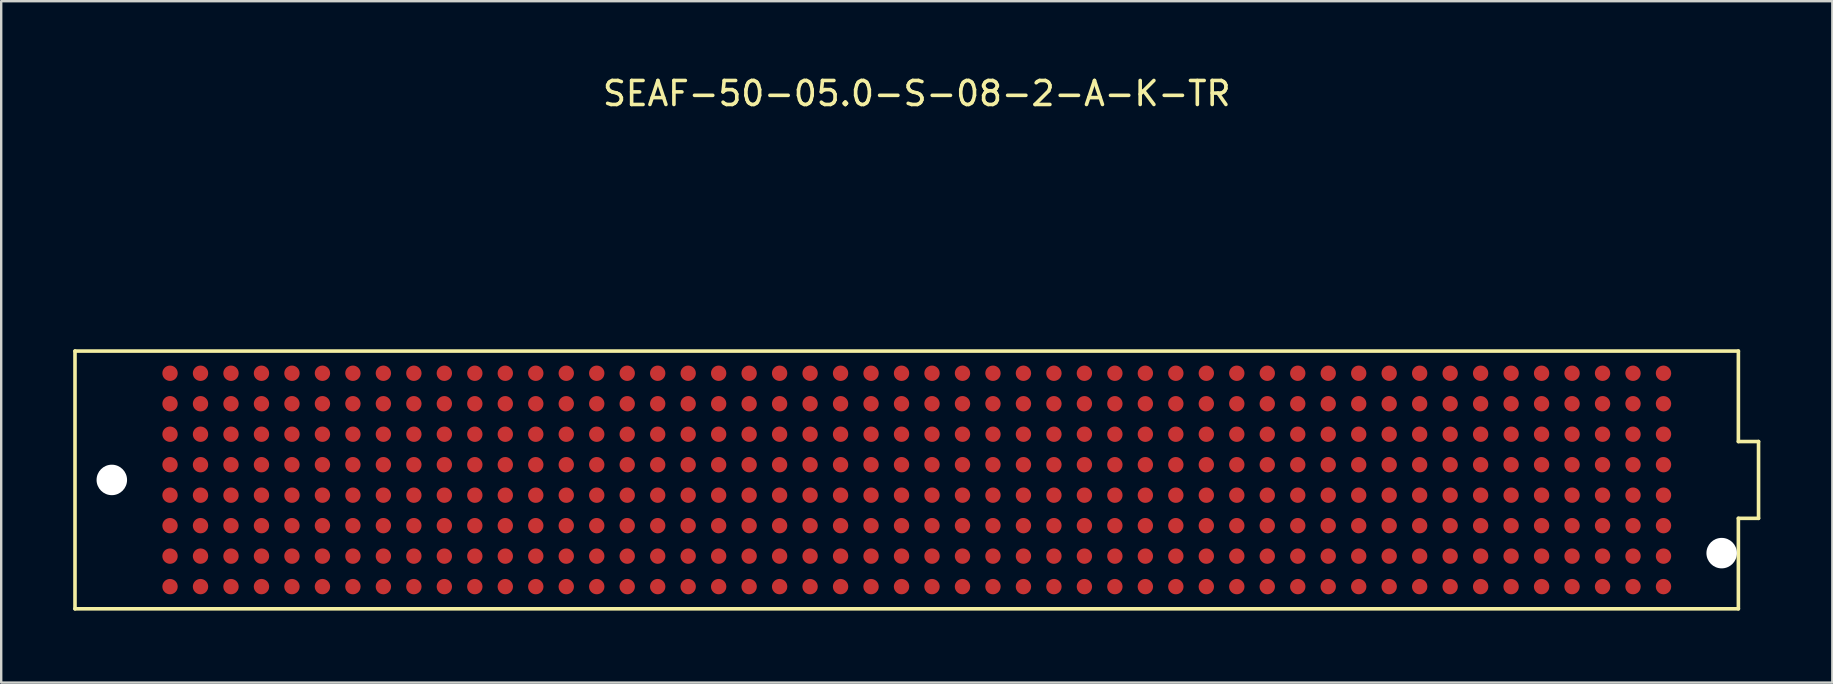
<source format=kicad_pcb>
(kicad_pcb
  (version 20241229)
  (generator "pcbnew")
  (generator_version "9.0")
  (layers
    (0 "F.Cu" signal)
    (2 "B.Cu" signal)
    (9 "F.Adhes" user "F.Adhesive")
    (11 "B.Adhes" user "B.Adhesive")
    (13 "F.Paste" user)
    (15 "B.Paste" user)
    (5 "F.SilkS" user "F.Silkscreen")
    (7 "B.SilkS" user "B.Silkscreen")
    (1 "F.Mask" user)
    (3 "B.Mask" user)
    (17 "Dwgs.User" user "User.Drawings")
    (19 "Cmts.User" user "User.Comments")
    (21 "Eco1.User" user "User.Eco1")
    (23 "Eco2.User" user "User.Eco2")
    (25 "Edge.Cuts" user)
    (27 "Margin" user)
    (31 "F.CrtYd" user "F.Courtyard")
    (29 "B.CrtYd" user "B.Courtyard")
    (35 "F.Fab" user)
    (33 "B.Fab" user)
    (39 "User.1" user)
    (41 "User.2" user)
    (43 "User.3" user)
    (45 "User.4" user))
  (footprint "SEAF-50-05.0-S-08-2-A-K-TR"
    (layer "F.Cu")
    (at 35.15 16.948)
    (property "Reference" "SEAF-50-05.0-S-08-2-A-K-TR" (at 0 -16.1 0) (layer "F.SilkS") (effects (font (size 1 1) (thickness 0.15))))
    (attr through_hole)
    (fp_line (start -35.075 -5.37) (end -35.075 5.37) (stroke (width 0.15) (type solid)) (layer "F.SilkS"))
    (fp_line (start -35.075 5.37) (end 34.235 5.37) (stroke (width 0.15) (type solid)) (layer "F.SilkS"))
    (fp_line (start 34.235 -5.37) (end -35.075 -5.37) (stroke (width 0.15) (type solid)) (layer "F.SilkS"))
    (fp_line (start 34.235 -1.6) (end 34.235 -5.37) (stroke (width 0.15) (type solid)) (layer "F.SilkS"))
    (fp_line (start 34.235 1.6) (end 35.075 1.6) (stroke (width 0.15) (type solid)) (layer "F.SilkS"))
    (fp_line (start 34.235 5.37) (end 34.235 1.6) (stroke (width 0.15) (type solid)) (layer "F.SilkS"))
    (fp_line (start 35.075 -1.6) (end 34.235 -1.6) (stroke (width 0.15) (type solid)) (layer "F.SilkS"))
    (fp_line (start 35.075 1.6) (end 35.075 -1.6) (stroke (width 0.15) (type solid)) (layer "F.SilkS"))
    (pad "" np_thru_hole circle (at -33.541 0) (size 1.27 1.27) (drill 1.27) (layers "*.Cu" "*.Mask"))
    (pad "" np_thru_hole circle (at 33.539 3.05) (size 1.27 1.27) (drill 1.27) (layers "*.Cu" "*.Mask"))
    (pad "A1" smd circle (at 31.115 4.445) (size 0.64 0.64) (layers "F.Cu" "F.Mask" "F.Paste"))
    (pad "A2" smd circle (at 29.845 4.445) (size 0.64 0.64) (layers "F.Cu" "F.Mask" "F.Paste"))
    (pad "A3" smd circle (at 28.575 4.445) (size 0.64 0.64) (layers "F.Cu" "F.Mask" "F.Paste"))
    (pad "A4" smd circle (at 27.305 4.445) (size 0.64 0.64) (layers "F.Cu" "F.Mask" "F.Paste"))
    (pad "A5" smd circle (at 26.035 4.445) (size 0.64 0.64) (layers "F.Cu" "F.Mask" "F.Paste"))
    (pad "A6" smd circle (at 24.765 4.445) (size 0.64 0.64) (layers "F.Cu" "F.Mask" "F.Paste"))
    (pad "A7" smd circle (at 23.495 4.445) (size 0.64 0.64) (layers "F.Cu" "F.Mask" "F.Paste"))
    (pad "A8" smd circle (at 22.225 4.445) (size 0.64 0.64) (layers "F.Cu" "F.Mask" "F.Paste"))
    (pad "A9" smd circle (at 20.955 4.445) (size 0.64 0.64) (layers "F.Cu" "F.Mask" "F.Paste"))
    (pad "A10" smd circle (at 19.685 4.445) (size 0.64 0.64) (layers "F.Cu" "F.Mask" "F.Paste"))
    (pad "A11" smd circle (at 18.415 4.445) (size 0.64 0.64) (layers "F.Cu" "F.Mask" "F.Paste"))
    (pad "A12" smd circle (at 17.145 4.445) (size 0.64 0.64) (layers "F.Cu" "F.Mask" "F.Paste"))
    (pad "A13" smd circle (at 15.875 4.445) (size 0.64 0.64) (layers "F.Cu" "F.Mask" "F.Paste"))
    (pad "A14" smd circle (at 14.605 4.445) (size 0.64 0.64) (layers "F.Cu" "F.Mask" "F.Paste"))
    (pad "A15" smd circle (at 13.335 4.445) (size 0.64 0.64) (layers "F.Cu" "F.Mask" "F.Paste"))
    (pad "A16" smd circle (at 12.065 4.445) (size 0.64 0.64) (layers "F.Cu" "F.Mask" "F.Paste"))
    (pad "A17" smd circle (at 10.795 4.445) (size 0.64 0.64) (layers "F.Cu" "F.Mask" "F.Paste"))
    (pad "A18" smd circle (at 9.525 4.445) (size 0.64 0.64) (layers "F.Cu" "F.Mask" "F.Paste"))
    (pad "A19" smd circle (at 8.255 4.445) (size 0.64 0.64) (layers "F.Cu" "F.Mask" "F.Paste"))
    (pad "A20" smd circle (at 6.985 4.445) (size 0.64 0.64) (layers "F.Cu" "F.Mask" "F.Paste"))
    (pad "A21" smd circle (at 5.715 4.445) (size 0.64 0.64) (layers "F.Cu" "F.Mask" "F.Paste"))
    (pad "A22" smd circle (at 4.445 4.445) (size 0.64 0.64) (layers "F.Cu" "F.Mask" "F.Paste"))
    (pad "A23" smd circle (at 3.175 4.445) (size 0.64 0.64) (layers "F.Cu" "F.Mask" "F.Paste"))
    (pad "A24" smd circle (at 1.905 4.445) (size 0.64 0.64) (layers "F.Cu" "F.Mask" "F.Paste"))
    (pad "A25" smd circle (at 0.635 4.445) (size 0.64 0.64) (layers "F.Cu" "F.Mask" "F.Paste"))
    (pad "A26" smd circle (at -0.635 4.445) (size 0.64 0.64) (layers "F.Cu" "F.Mask" "F.Paste"))
    (pad "A27" smd circle (at -1.905 4.445) (size 0.64 0.64) (layers "F.Cu" "F.Mask" "F.Paste"))
    (pad "A28" smd circle (at -3.175 4.445) (size 0.64 0.64) (layers "F.Cu" "F.Mask" "F.Paste"))
    (pad "A29" smd circle (at -4.445 4.445) (size 0.64 0.64) (layers "F.Cu" "F.Mask" "F.Paste"))
    (pad "A30" smd circle (at -5.715 4.445) (size 0.64 0.64) (layers "F.Cu" "F.Mask" "F.Paste"))
    (pad "A31" smd circle (at -6.985 4.445) (size 0.64 0.64) (layers "F.Cu" "F.Mask" "F.Paste"))
    (pad "A32" smd circle (at -8.255 4.445) (size 0.64 0.64) (layers "F.Cu" "F.Mask" "F.Paste"))
    (pad "A33" smd circle (at -9.525 4.445) (size 0.64 0.64) (layers "F.Cu" "F.Mask" "F.Paste"))
    (pad "A34" smd circle (at -10.795 4.445) (size 0.64 0.64) (layers "F.Cu" "F.Mask" "F.Paste"))
    (pad "A35" smd circle (at -12.065 4.445) (size 0.64 0.64) (layers "F.Cu" "F.Mask" "F.Paste"))
    (pad "A36" smd circle (at -13.335 4.445) (size 0.64 0.64) (layers "F.Cu" "F.Mask" "F.Paste"))
    (pad "A37" smd circle (at -14.605 4.445) (size 0.64 0.64) (layers "F.Cu" "F.Mask" "F.Paste"))
    (pad "A38" smd circle (at -15.875 4.445) (size 0.64 0.64) (layers "F.Cu" "F.Mask" "F.Paste"))
    (pad "A39" smd circle (at -17.145 4.445) (size 0.64 0.64) (layers "F.Cu" "F.Mask" "F.Paste"))
    (pad "A40" smd circle (at -18.415 4.445) (size 0.64 0.64) (layers "F.Cu" "F.Mask" "F.Paste"))
    (pad "A41" smd circle (at -19.685 4.445) (size 0.64 0.64) (layers "F.Cu" "F.Mask" "F.Paste"))
    (pad "A42" smd circle (at -20.955 4.445) (size 0.64 0.64) (layers "F.Cu" "F.Mask" "F.Paste"))
    (pad "A43" smd circle (at -22.225 4.445) (size 0.64 0.64) (layers "F.Cu" "F.Mask" "F.Paste"))
    (pad "A44" smd circle (at -23.495 4.445) (size 0.64 0.64) (layers "F.Cu" "F.Mask" "F.Paste"))
    (pad "A45" smd circle (at -24.765 4.445) (size 0.64 0.64) (layers "F.Cu" "F.Mask" "F.Paste"))
    (pad "A46" smd circle (at -26.035 4.445) (size 0.64 0.64) (layers "F.Cu" "F.Mask" "F.Paste"))
    (pad "A47" smd circle (at -27.305 4.445) (size 0.64 0.64) (layers "F.Cu" "F.Mask" "F.Paste"))
    (pad "A48" smd circle (at -28.575 4.445) (size 0.64 0.64) (layers "F.Cu" "F.Mask" "F.Paste"))
    (pad "A49" smd circle (at -29.845 4.445) (size 0.64 0.64) (layers "F.Cu" "F.Mask" "F.Paste"))
    (pad "A50" smd circle (at -31.115 4.445) (size 0.64 0.64) (layers "F.Cu" "F.Mask" "F.Paste"))
    (pad "B1" smd circle (at 31.115 3.175) (size 0.64 0.64) (layers "F.Cu" "F.Mask" "F.Paste"))
    (pad "B2" smd circle (at 29.845 3.175) (size 0.64 0.64) (layers "F.Cu" "F.Mask" "F.Paste"))
    (pad "B3" smd circle (at 28.575 3.175) (size 0.64 0.64) (layers "F.Cu" "F.Mask" "F.Paste"))
    (pad "B4" smd circle (at 27.305 3.175) (size 0.64 0.64) (layers "F.Cu" "F.Mask" "F.Paste"))
    (pad "B5" smd circle (at 26.035 3.175) (size 0.64 0.64) (layers "F.Cu" "F.Mask" "F.Paste"))
    (pad "B6" smd circle (at 24.765 3.175) (size 0.64 0.64) (layers "F.Cu" "F.Mask" "F.Paste"))
    (pad "B7" smd circle (at 23.495 3.175) (size 0.64 0.64) (layers "F.Cu" "F.Mask" "F.Paste"))
    (pad "B8" smd circle (at 22.225 3.175) (size 0.64 0.64) (layers "F.Cu" "F.Mask" "F.Paste"))
    (pad "B9" smd circle (at 20.955 3.175) (size 0.64 0.64) (layers "F.Cu" "F.Mask" "F.Paste"))
    (pad "B10" smd circle (at 19.685 3.175) (size 0.64 0.64) (layers "F.Cu" "F.Mask" "F.Paste"))
    (pad "B11" smd circle (at 18.415 3.175) (size 0.64 0.64) (layers "F.Cu" "F.Mask" "F.Paste"))
    (pad "B12" smd circle (at 17.145 3.175) (size 0.64 0.64) (layers "F.Cu" "F.Mask" "F.Paste"))
    (pad "B13" smd circle (at 15.875 3.175) (size 0.64 0.64) (layers "F.Cu" "F.Mask" "F.Paste"))
    (pad "B14" smd circle (at 14.605 3.175) (size 0.64 0.64) (layers "F.Cu" "F.Mask" "F.Paste"))
    (pad "B15" smd circle (at 13.335 3.175) (size 0.64 0.64) (layers "F.Cu" "F.Mask" "F.Paste"))
    (pad "B16" smd circle (at 12.065 3.175) (size 0.64 0.64) (layers "F.Cu" "F.Mask" "F.Paste"))
    (pad "B17" smd circle (at 10.795 3.175) (size 0.64 0.64) (layers "F.Cu" "F.Mask" "F.Paste"))
    (pad "B18" smd circle (at 9.525 3.175) (size 0.64 0.64) (layers "F.Cu" "F.Mask" "F.Paste"))
    (pad "B19" smd circle (at 8.255 3.175) (size 0.64 0.64) (layers "F.Cu" "F.Mask" "F.Paste"))
    (pad "B20" smd circle (at 6.985 3.175) (size 0.64 0.64) (layers "F.Cu" "F.Mask" "F.Paste"))
    (pad "B21" smd circle (at 5.715 3.175) (size 0.64 0.64) (layers "F.Cu" "F.Mask" "F.Paste"))
    (pad "B22" smd circle (at 4.445 3.175) (size 0.64 0.64) (layers "F.Cu" "F.Mask" "F.Paste"))
    (pad "B23" smd circle (at 3.175 3.175) (size 0.64 0.64) (layers "F.Cu" "F.Mask" "F.Paste"))
    (pad "B24" smd circle (at 1.905 3.175) (size 0.64 0.64) (layers "F.Cu" "F.Mask" "F.Paste"))
    (pad "B25" smd circle (at 0.635 3.175) (size 0.64 0.64) (layers "F.Cu" "F.Mask" "F.Paste"))
    (pad "B26" smd circle (at -0.635 3.175) (size 0.64 0.64) (layers "F.Cu" "F.Mask" "F.Paste"))
    (pad "B27" smd circle (at -1.905 3.175) (size 0.64 0.64) (layers "F.Cu" "F.Mask" "F.Paste"))
    (pad "B28" smd circle (at -3.175 3.175) (size 0.64 0.64) (layers "F.Cu" "F.Mask" "F.Paste"))
    (pad "B29" smd circle (at -4.445 3.175) (size 0.64 0.64) (layers "F.Cu" "F.Mask" "F.Paste"))
    (pad "B30" smd circle (at -5.715 3.175) (size 0.64 0.64) (layers "F.Cu" "F.Mask" "F.Paste"))
    (pad "B31" smd circle (at -6.985 3.175) (size 0.64 0.64) (layers "F.Cu" "F.Mask" "F.Paste"))
    (pad "B32" smd circle (at -8.255 3.175) (size 0.64 0.64) (layers "F.Cu" "F.Mask" "F.Paste"))
    (pad "B33" smd circle (at -9.525 3.175) (size 0.64 0.64) (layers "F.Cu" "F.Mask" "F.Paste"))
    (pad "B34" smd circle (at -10.795 3.175) (size 0.64 0.64) (layers "F.Cu" "F.Mask" "F.Paste"))
    (pad "B35" smd circle (at -12.065 3.175) (size 0.64 0.64) (layers "F.Cu" "F.Mask" "F.Paste"))
    (pad "B36" smd circle (at -13.335 3.175) (size 0.64 0.64) (layers "F.Cu" "F.Mask" "F.Paste"))
    (pad "B37" smd circle (at -14.605 3.175) (size 0.64 0.64) (layers "F.Cu" "F.Mask" "F.Paste"))
    (pad "B38" smd circle (at -15.875 3.175) (size 0.64 0.64) (layers "F.Cu" "F.Mask" "F.Paste"))
    (pad "B39" smd circle (at -17.145 3.175) (size 0.64 0.64) (layers "F.Cu" "F.Mask" "F.Paste"))
    (pad "B40" smd circle (at -18.415 3.175) (size 0.64 0.64) (layers "F.Cu" "F.Mask" "F.Paste"))
    (pad "B41" smd circle (at -19.685 3.175) (size 0.64 0.64) (layers "F.Cu" "F.Mask" "F.Paste"))
    (pad "B42" smd circle (at -20.955 3.175) (size 0.64 0.64) (layers "F.Cu" "F.Mask" "F.Paste"))
    (pad "B43" smd circle (at -22.225 3.175) (size 0.64 0.64) (layers "F.Cu" "F.Mask" "F.Paste"))
    (pad "B44" smd circle (at -23.495 3.175) (size 0.64 0.64) (layers "F.Cu" "F.Mask" "F.Paste"))
    (pad "B45" smd circle (at -24.765 3.175) (size 0.64 0.64) (layers "F.Cu" "F.Mask" "F.Paste"))
    (pad "B46" smd circle (at -26.035 3.175) (size 0.64 0.64) (layers "F.Cu" "F.Mask" "F.Paste"))
    (pad "B47" smd circle (at -27.305 3.175) (size 0.64 0.64) (layers "F.Cu" "F.Mask" "F.Paste"))
    (pad "B48" smd circle (at -28.575 3.175) (size 0.64 0.64) (layers "F.Cu" "F.Mask" "F.Paste"))
    (pad "B49" smd circle (at -29.845 3.175) (size 0.64 0.64) (layers "F.Cu" "F.Mask" "F.Paste"))
    (pad "B50" smd circle (at -31.115 3.175) (size 0.64 0.64) (layers "F.Cu" "F.Mask" "F.Paste"))
    (pad "C1" smd circle (at 31.115 1.905) (size 0.64 0.64) (layers "F.Cu" "F.Mask" "F.Paste"))
    (pad "C2" smd circle (at 29.845 1.905) (size 0.64 0.64) (layers "F.Cu" "F.Mask" "F.Paste"))
    (pad "C3" smd circle (at 28.575 1.905) (size 0.64 0.64) (layers "F.Cu" "F.Mask" "F.Paste"))
    (pad "C4" smd circle (at 27.305 1.905) (size 0.64 0.64) (layers "F.Cu" "F.Mask" "F.Paste"))
    (pad "C5" smd circle (at 26.035 1.905) (size 0.64 0.64) (layers "F.Cu" "F.Mask" "F.Paste"))
    (pad "C6" smd circle (at 24.765 1.905) (size 0.64 0.64) (layers "F.Cu" "F.Mask" "F.Paste"))
    (pad "C7" smd circle (at 23.495 1.905) (size 0.64 0.64) (layers "F.Cu" "F.Mask" "F.Paste"))
    (pad "C8" smd circle (at 22.225 1.905) (size 0.64 0.64) (layers "F.Cu" "F.Mask" "F.Paste"))
    (pad "C9" smd circle (at 20.955 1.905) (size 0.64 0.64) (layers "F.Cu" "F.Mask" "F.Paste"))
    (pad "C10" smd circle (at 19.685 1.905) (size 0.64 0.64) (layers "F.Cu" "F.Mask" "F.Paste"))
    (pad "C11" smd circle (at 18.415 1.905) (size 0.64 0.64) (layers "F.Cu" "F.Mask" "F.Paste"))
    (pad "C12" smd circle (at 17.145 1.905) (size 0.64 0.64) (layers "F.Cu" "F.Mask" "F.Paste"))
    (pad "C13" smd circle (at 15.875 1.905) (size 0.64 0.64) (layers "F.Cu" "F.Mask" "F.Paste"))
    (pad "C14" smd circle (at 14.605 1.905) (size 0.64 0.64) (layers "F.Cu" "F.Mask" "F.Paste"))
    (pad "C15" smd circle (at 13.335 1.905) (size 0.64 0.64) (layers "F.Cu" "F.Mask" "F.Paste"))
    (pad "C16" smd circle (at 12.065 1.905) (size 0.64 0.64) (layers "F.Cu" "F.Mask" "F.Paste"))
    (pad "C17" smd circle (at 10.795 1.905) (size 0.64 0.64) (layers "F.Cu" "F.Mask" "F.Paste"))
    (pad "C18" smd circle (at 9.525 1.905) (size 0.64 0.64) (layers "F.Cu" "F.Mask" "F.Paste"))
    (pad "C19" smd circle (at 8.255 1.905) (size 0.64 0.64) (layers "F.Cu" "F.Mask" "F.Paste"))
    (pad "C20" smd circle (at 6.985 1.905) (size 0.64 0.64) (layers "F.Cu" "F.Mask" "F.Paste"))
    (pad "C21" smd circle (at 5.715 1.905) (size 0.64 0.64) (layers "F.Cu" "F.Mask" "F.Paste"))
    (pad "C22" smd circle (at 4.445 1.905) (size 0.64 0.64) (layers "F.Cu" "F.Mask" "F.Paste"))
    (pad "C23" smd circle (at 3.175 1.905) (size 0.64 0.64) (layers "F.Cu" "F.Mask" "F.Paste"))
    (pad "C24" smd circle (at 1.905 1.905) (size 0.64 0.64) (layers "F.Cu" "F.Mask" "F.Paste"))
    (pad "C25" smd circle (at 0.635 1.905) (size 0.64 0.64) (layers "F.Cu" "F.Mask" "F.Paste"))
    (pad "C26" smd circle (at -0.635 1.905) (size 0.64 0.64) (layers "F.Cu" "F.Mask" "F.Paste"))
    (pad "C27" smd circle (at -1.905 1.905) (size 0.64 0.64) (layers "F.Cu" "F.Mask" "F.Paste"))
    (pad "C28" smd circle (at -3.175 1.905) (size 0.64 0.64) (layers "F.Cu" "F.Mask" "F.Paste"))
    (pad "C29" smd circle (at -4.445 1.905) (size 0.64 0.64) (layers "F.Cu" "F.Mask" "F.Paste"))
    (pad "C30" smd circle (at -5.715 1.905) (size 0.64 0.64) (layers "F.Cu" "F.Mask" "F.Paste"))
    (pad "C31" smd circle (at -6.985 1.905) (size 0.64 0.64) (layers "F.Cu" "F.Mask" "F.Paste"))
    (pad "C32" smd circle (at -8.255 1.905) (size 0.64 0.64) (layers "F.Cu" "F.Mask" "F.Paste"))
    (pad "C33" smd circle (at -9.525 1.905) (size 0.64 0.64) (layers "F.Cu" "F.Mask" "F.Paste"))
    (pad "C34" smd circle (at -10.795 1.905) (size 0.64 0.64) (layers "F.Cu" "F.Mask" "F.Paste"))
    (pad "C35" smd circle (at -12.065 1.905) (size 0.64 0.64) (layers "F.Cu" "F.Mask" "F.Paste"))
    (pad "C36" smd circle (at -13.335 1.905) (size 0.64 0.64) (layers "F.Cu" "F.Mask" "F.Paste"))
    (pad "C37" smd circle (at -14.605 1.905) (size 0.64 0.64) (layers "F.Cu" "F.Mask" "F.Paste"))
    (pad "C38" smd circle (at -15.875 1.905) (size 0.64 0.64) (layers "F.Cu" "F.Mask" "F.Paste"))
    (pad "C39" smd circle (at -17.145 1.905) (size 0.64 0.64) (layers "F.Cu" "F.Mask" "F.Paste"))
    (pad "C40" smd circle (at -18.415 1.905) (size 0.64 0.64) (layers "F.Cu" "F.Mask" "F.Paste"))
    (pad "C41" smd circle (at -19.685 1.905) (size 0.64 0.64) (layers "F.Cu" "F.Mask" "F.Paste"))
    (pad "C42" smd circle (at -20.955 1.905) (size 0.64 0.64) (layers "F.Cu" "F.Mask" "F.Paste"))
    (pad "C43" smd circle (at -22.225 1.905) (size 0.64 0.64) (layers "F.Cu" "F.Mask" "F.Paste"))
    (pad "C44" smd circle (at -23.495 1.905) (size 0.64 0.64) (layers "F.Cu" "F.Mask" "F.Paste"))
    (pad "C45" smd circle (at -24.765 1.905) (size 0.64 0.64) (layers "F.Cu" "F.Mask" "F.Paste"))
    (pad "C46" smd circle (at -26.035 1.905) (size 0.64 0.64) (layers "F.Cu" "F.Mask" "F.Paste"))
    (pad "C47" smd circle (at -27.305 1.905) (size 0.64 0.64) (layers "F.Cu" "F.Mask" "F.Paste"))
    (pad "C48" smd circle (at -28.575 1.905) (size 0.64 0.64) (layers "F.Cu" "F.Mask" "F.Paste"))
    (pad "C49" smd circle (at -29.845 1.905) (size 0.64 0.64) (layers "F.Cu" "F.Mask" "F.Paste"))
    (pad "C50" smd circle (at -31.115 1.905) (size 0.64 0.64) (layers "F.Cu" "F.Mask" "F.Paste"))
    (pad "D1" smd circle (at 31.115 0.635) (size 0.64 0.64) (layers "F.Cu" "F.Mask" "F.Paste"))
    (pad "D2" smd circle (at 29.845 0.635) (size 0.64 0.64) (layers "F.Cu" "F.Mask" "F.Paste"))
    (pad "D3" smd circle (at 28.575 0.635) (size 0.64 0.64) (layers "F.Cu" "F.Mask" "F.Paste"))
    (pad "D4" smd circle (at 27.305 0.635) (size 0.64 0.64) (layers "F.Cu" "F.Mask" "F.Paste"))
    (pad "D5" smd circle (at 26.035 0.635) (size 0.64 0.64) (layers "F.Cu" "F.Mask" "F.Paste"))
    (pad "D6" smd circle (at 24.765 0.635) (size 0.64 0.64) (layers "F.Cu" "F.Mask" "F.Paste"))
    (pad "D7" smd circle (at 23.495 0.635) (size 0.64 0.64) (layers "F.Cu" "F.Mask" "F.Paste"))
    (pad "D8" smd circle (at 22.225 0.635) (size 0.64 0.64) (layers "F.Cu" "F.Mask" "F.Paste"))
    (pad "D9" smd circle (at 20.955 0.635) (size 0.64 0.64) (layers "F.Cu" "F.Mask" "F.Paste"))
    (pad "D10" smd circle (at 19.685 0.635) (size 0.64 0.64) (layers "F.Cu" "F.Mask" "F.Paste"))
    (pad "D11" smd circle (at 18.415 0.635) (size 0.64 0.64) (layers "F.Cu" "F.Mask" "F.Paste"))
    (pad "D12" smd circle (at 17.145 0.635) (size 0.64 0.64) (layers "F.Cu" "F.Mask" "F.Paste"))
    (pad "D13" smd circle (at 15.875 0.635) (size 0.64 0.64) (layers "F.Cu" "F.Mask" "F.Paste"))
    (pad "D14" smd circle (at 14.605 0.635) (size 0.64 0.64) (layers "F.Cu" "F.Mask" "F.Paste"))
    (pad "D15" smd circle (at 13.335 0.635) (size 0.64 0.64) (layers "F.Cu" "F.Mask" "F.Paste"))
    (pad "D16" smd circle (at 12.065 0.635) (size 0.64 0.64) (layers "F.Cu" "F.Mask" "F.Paste"))
    (pad "D17" smd circle (at 10.795 0.635) (size 0.64 0.64) (layers "F.Cu" "F.Mask" "F.Paste"))
    (pad "D18" smd circle (at 9.525 0.635) (size 0.64 0.64) (layers "F.Cu" "F.Mask" "F.Paste"))
    (pad "D19" smd circle (at 8.255 0.635) (size 0.64 0.64) (layers "F.Cu" "F.Mask" "F.Paste"))
    (pad "D20" smd circle (at 6.985 0.635) (size 0.64 0.64) (layers "F.Cu" "F.Mask" "F.Paste"))
    (pad "D21" smd circle (at 5.715 0.635) (size 0.64 0.64) (layers "F.Cu" "F.Mask" "F.Paste"))
    (pad "D22" smd circle (at 4.445 0.635) (size 0.64 0.64) (layers "F.Cu" "F.Mask" "F.Paste"))
    (pad "D23" smd circle (at 3.175 0.635) (size 0.64 0.64) (layers "F.Cu" "F.Mask" "F.Paste"))
    (pad "D24" smd circle (at 1.905 0.635) (size 0.64 0.64) (layers "F.Cu" "F.Mask" "F.Paste"))
    (pad "D25" smd circle (at 0.635 0.635) (size 0.64 0.64) (layers "F.Cu" "F.Mask" "F.Paste"))
    (pad "D26" smd circle (at -0.635 0.635) (size 0.64 0.64) (layers "F.Cu" "F.Mask" "F.Paste"))
    (pad "D27" smd circle (at -1.905 0.635) (size 0.64 0.64) (layers "F.Cu" "F.Mask" "F.Paste"))
    (pad "D28" smd circle (at -3.175 0.635) (size 0.64 0.64) (layers "F.Cu" "F.Mask" "F.Paste"))
    (pad "D29" smd circle (at -4.445 0.635) (size 0.64 0.64) (layers "F.Cu" "F.Mask" "F.Paste"))
    (pad "D30" smd circle (at -5.715 0.635) (size 0.64 0.64) (layers "F.Cu" "F.Mask" "F.Paste"))
    (pad "D31" smd circle (at -6.985 0.635) (size 0.64 0.64) (layers "F.Cu" "F.Mask" "F.Paste"))
    (pad "D32" smd circle (at -8.255 0.635) (size 0.64 0.64) (layers "F.Cu" "F.Mask" "F.Paste"))
    (pad "D33" smd circle (at -9.525 0.635) (size 0.64 0.64) (layers "F.Cu" "F.Mask" "F.Paste"))
    (pad "D34" smd circle (at -10.795 0.635) (size 0.64 0.64) (layers "F.Cu" "F.Mask" "F.Paste"))
    (pad "D35" smd circle (at -12.065 0.635) (size 0.64 0.64) (layers "F.Cu" "F.Mask" "F.Paste"))
    (pad "D36" smd circle (at -13.335 0.635) (size 0.64 0.64) (layers "F.Cu" "F.Mask" "F.Paste"))
    (pad "D37" smd circle (at -14.605 0.635) (size 0.64 0.64) (layers "F.Cu" "F.Mask" "F.Paste"))
    (pad "D38" smd circle (at -15.875 0.635) (size 0.64 0.64) (layers "F.Cu" "F.Mask" "F.Paste"))
    (pad "D39" smd circle (at -17.145 0.635) (size 0.64 0.64) (layers "F.Cu" "F.Mask" "F.Paste"))
    (pad "D40" smd circle (at -18.415 0.635) (size 0.64 0.64) (layers "F.Cu" "F.Mask" "F.Paste"))
    (pad "D41" smd circle (at -19.685 0.635) (size 0.64 0.64) (layers "F.Cu" "F.Mask" "F.Paste"))
    (pad "D42" smd circle (at -20.955 0.635) (size 0.64 0.64) (layers "F.Cu" "F.Mask" "F.Paste"))
    (pad "D43" smd circle (at -22.225 0.635) (size 0.64 0.64) (layers "F.Cu" "F.Mask" "F.Paste"))
    (pad "D44" smd circle (at -23.495 0.635) (size 0.64 0.64) (layers "F.Cu" "F.Mask" "F.Paste"))
    (pad "D45" smd circle (at -24.765 0.635) (size 0.64 0.64) (layers "F.Cu" "F.Mask" "F.Paste"))
    (pad "D46" smd circle (at -26.035 0.635) (size 0.64 0.64) (layers "F.Cu" "F.Mask" "F.Paste"))
    (pad "D47" smd circle (at -27.305 0.635) (size 0.64 0.64) (layers "F.Cu" "F.Mask" "F.Paste"))
    (pad "D48" smd circle (at -28.575 0.635) (size 0.64 0.64) (layers "F.Cu" "F.Mask" "F.Paste"))
    (pad "D49" smd circle (at -29.845 0.635) (size 0.64 0.64) (layers "F.Cu" "F.Mask" "F.Paste"))
    (pad "D50" smd circle (at -31.115 0.635) (size 0.64 0.64) (layers "F.Cu" "F.Mask" "F.Paste"))
    (pad "E1" smd circle (at 31.115 -0.635) (size 0.64 0.64) (layers "F.Cu" "F.Mask" "F.Paste"))
    (pad "E2" smd circle (at 29.845 -0.635) (size 0.64 0.64) (layers "F.Cu" "F.Mask" "F.Paste"))
    (pad "E3" smd circle (at 28.575 -0.635) (size 0.64 0.64) (layers "F.Cu" "F.Mask" "F.Paste"))
    (pad "E4" smd circle (at 27.305 -0.635) (size 0.64 0.64) (layers "F.Cu" "F.Mask" "F.Paste"))
    (pad "E5" smd circle (at 26.035 -0.635) (size 0.64 0.64) (layers "F.Cu" "F.Mask" "F.Paste"))
    (pad "E6" smd circle (at 24.765 -0.635) (size 0.64 0.64) (layers "F.Cu" "F.Mask" "F.Paste"))
    (pad "E7" smd circle (at 23.495 -0.635) (size 0.64 0.64) (layers "F.Cu" "F.Mask" "F.Paste"))
    (pad "E8" smd circle (at 22.225 -0.635) (size 0.64 0.64) (layers "F.Cu" "F.Mask" "F.Paste"))
    (pad "E9" smd circle (at 20.955 -0.635) (size 0.64 0.64) (layers "F.Cu" "F.Mask" "F.Paste"))
    (pad "E10" smd circle (at 19.685 -0.635) (size 0.64 0.64) (layers "F.Cu" "F.Mask" "F.Paste"))
    (pad "E11" smd circle (at 18.415 -0.635) (size 0.64 0.64) (layers "F.Cu" "F.Mask" "F.Paste"))
    (pad "E12" smd circle (at 17.145 -0.635) (size 0.64 0.64) (layers "F.Cu" "F.Mask" "F.Paste"))
    (pad "E13" smd circle (at 15.875 -0.635) (size 0.64 0.64) (layers "F.Cu" "F.Mask" "F.Paste"))
    (pad "E14" smd circle (at 14.605 -0.635) (size 0.64 0.64) (layers "F.Cu" "F.Mask" "F.Paste"))
    (pad "E15" smd circle (at 13.335 -0.635) (size 0.64 0.64) (layers "F.Cu" "F.Mask" "F.Paste"))
    (pad "E16" smd circle (at 12.065 -0.635) (size 0.64 0.64) (layers "F.Cu" "F.Mask" "F.Paste"))
    (pad "E17" smd circle (at 10.795 -0.635) (size 0.64 0.64) (layers "F.Cu" "F.Mask" "F.Paste"))
    (pad "E18" smd circle (at 9.525 -0.635) (size 0.64 0.64) (layers "F.Cu" "F.Mask" "F.Paste"))
    (pad "E19" smd circle (at 8.255 -0.635) (size 0.64 0.64) (layers "F.Cu" "F.Mask" "F.Paste"))
    (pad "E20" smd circle (at 6.985 -0.635) (size 0.64 0.64) (layers "F.Cu" "F.Mask" "F.Paste"))
    (pad "E21" smd circle (at 5.715 -0.635) (size 0.64 0.64) (layers "F.Cu" "F.Mask" "F.Paste"))
    (pad "E22" smd circle (at 4.445 -0.635) (size 0.64 0.64) (layers "F.Cu" "F.Mask" "F.Paste"))
    (pad "E23" smd circle (at 3.175 -0.635) (size 0.64 0.64) (layers "F.Cu" "F.Mask" "F.Paste"))
    (pad "E24" smd circle (at 1.905 -0.635) (size 0.64 0.64) (layers "F.Cu" "F.Mask" "F.Paste"))
    (pad "E25" smd circle (at 0.635 -0.635) (size 0.64 0.64) (layers "F.Cu" "F.Mask" "F.Paste"))
    (pad "E26" smd circle (at -0.635 -0.635) (size 0.64 0.64) (layers "F.Cu" "F.Mask" "F.Paste"))
    (pad "E27" smd circle (at -1.905 -0.635) (size 0.64 0.64) (layers "F.Cu" "F.Mask" "F.Paste"))
    (pad "E28" smd circle (at -3.175 -0.635) (size 0.64 0.64) (layers "F.Cu" "F.Mask" "F.Paste"))
    (pad "E29" smd circle (at -4.445 -0.635) (size 0.64 0.64) (layers "F.Cu" "F.Mask" "F.Paste"))
    (pad "E30" smd circle (at -5.715 -0.635) (size 0.64 0.64) (layers "F.Cu" "F.Mask" "F.Paste"))
    (pad "E31" smd circle (at -6.985 -0.635) (size 0.64 0.64) (layers "F.Cu" "F.Mask" "F.Paste"))
    (pad "E32" smd circle (at -8.255 -0.635) (size 0.64 0.64) (layers "F.Cu" "F.Mask" "F.Paste"))
    (pad "E33" smd circle (at -9.525 -0.635) (size 0.64 0.64) (layers "F.Cu" "F.Mask" "F.Paste"))
    (pad "E34" smd circle (at -10.795 -0.635) (size 0.64 0.64) (layers "F.Cu" "F.Mask" "F.Paste"))
    (pad "E35" smd circle (at -12.065 -0.635) (size 0.64 0.64) (layers "F.Cu" "F.Mask" "F.Paste"))
    (pad "E36" smd circle (at -13.335 -0.635) (size 0.64 0.64) (layers "F.Cu" "F.Mask" "F.Paste"))
    (pad "E37" smd circle (at -14.605 -0.635) (size 0.64 0.64) (layers "F.Cu" "F.Mask" "F.Paste"))
    (pad "E38" smd circle (at -15.875 -0.635) (size 0.64 0.64) (layers "F.Cu" "F.Mask" "F.Paste"))
    (pad "E39" smd circle (at -17.145 -0.635) (size 0.64 0.64) (layers "F.Cu" "F.Mask" "F.Paste"))
    (pad "E40" smd circle (at -18.415 -0.635) (size 0.64 0.64) (layers "F.Cu" "F.Mask" "F.Paste"))
    (pad "E41" smd circle (at -19.685 -0.635) (size 0.64 0.64) (layers "F.Cu" "F.Mask" "F.Paste"))
    (pad "E42" smd circle (at -20.955 -0.635) (size 0.64 0.64) (layers "F.Cu" "F.Mask" "F.Paste"))
    (pad "E43" smd circle (at -22.225 -0.635) (size 0.64 0.64) (layers "F.Cu" "F.Mask" "F.Paste"))
    (pad "E44" smd circle (at -23.495 -0.635) (size 0.64 0.64) (layers "F.Cu" "F.Mask" "F.Paste"))
    (pad "E45" smd circle (at -24.765 -0.635) (size 0.64 0.64) (layers "F.Cu" "F.Mask" "F.Paste"))
    (pad "E46" smd circle (at -26.035 -0.635) (size 0.64 0.64) (layers "F.Cu" "F.Mask" "F.Paste"))
    (pad "E47" smd circle (at -27.305 -0.635) (size 0.64 0.64) (layers "F.Cu" "F.Mask" "F.Paste"))
    (pad "E48" smd circle (at -28.575 -0.635) (size 0.64 0.64) (layers "F.Cu" "F.Mask" "F.Paste"))
    (pad "E49" smd circle (at -29.845 -0.635) (size 0.64 0.64) (layers "F.Cu" "F.Mask" "F.Paste"))
    (pad "E50" smd circle (at -31.115 -0.635) (size 0.64 0.64) (layers "F.Cu" "F.Mask" "F.Paste"))
    (pad "F1" smd circle (at 31.115 -1.905) (size 0.64 0.64) (layers "F.Cu" "F.Mask" "F.Paste"))
    (pad "F2" smd circle (at 29.845 -1.905) (size 0.64 0.64) (layers "F.Cu" "F.Mask" "F.Paste"))
    (pad "F3" smd circle (at 28.575 -1.905) (size 0.64 0.64) (layers "F.Cu" "F.Mask" "F.Paste"))
    (pad "F4" smd circle (at 27.305 -1.905) (size 0.64 0.64) (layers "F.Cu" "F.Mask" "F.Paste"))
    (pad "F5" smd circle (at 26.035 -1.905) (size 0.64 0.64) (layers "F.Cu" "F.Mask" "F.Paste"))
    (pad "F6" smd circle (at 24.765 -1.905) (size 0.64 0.64) (layers "F.Cu" "F.Mask" "F.Paste"))
    (pad "F7" smd circle (at 23.495 -1.905) (size 0.64 0.64) (layers "F.Cu" "F.Mask" "F.Paste"))
    (pad "F8" smd circle (at 22.225 -1.905) (size 0.64 0.64) (layers "F.Cu" "F.Mask" "F.Paste"))
    (pad "F9" smd circle (at 20.955 -1.905) (size 0.64 0.64) (layers "F.Cu" "F.Mask" "F.Paste"))
    (pad "F10" smd circle (at 19.685 -1.905) (size 0.64 0.64) (layers "F.Cu" "F.Mask" "F.Paste"))
    (pad "F11" smd circle (at 18.415 -1.905) (size 0.64 0.64) (layers "F.Cu" "F.Mask" "F.Paste"))
    (pad "F12" smd circle (at 17.145 -1.905) (size 0.64 0.64) (layers "F.Cu" "F.Mask" "F.Paste"))
    (pad "F13" smd circle (at 15.875 -1.905) (size 0.64 0.64) (layers "F.Cu" "F.Mask" "F.Paste"))
    (pad "F14" smd circle (at 14.605 -1.905) (size 0.64 0.64) (layers "F.Cu" "F.Mask" "F.Paste"))
    (pad "F15" smd circle (at 13.335 -1.905) (size 0.64 0.64) (layers "F.Cu" "F.Mask" "F.Paste"))
    (pad "F16" smd circle (at 12.065 -1.905) (size 0.64 0.64) (layers "F.Cu" "F.Mask" "F.Paste"))
    (pad "F17" smd circle (at 10.795 -1.905) (size 0.64 0.64) (layers "F.Cu" "F.Mask" "F.Paste"))
    (pad "F18" smd circle (at 9.525 -1.905) (size 0.64 0.64) (layers "F.Cu" "F.Mask" "F.Paste"))
    (pad "F19" smd circle (at 8.255 -1.905) (size 0.64 0.64) (layers "F.Cu" "F.Mask" "F.Paste"))
    (pad "F20" smd circle (at 6.985 -1.905) (size 0.64 0.64) (layers "F.Cu" "F.Mask" "F.Paste"))
    (pad "F21" smd circle (at 5.715 -1.905) (size 0.64 0.64) (layers "F.Cu" "F.Mask" "F.Paste"))
    (pad "F22" smd circle (at 4.445 -1.905) (size 0.64 0.64) (layers "F.Cu" "F.Mask" "F.Paste"))
    (pad "F23" smd circle (at 3.175 -1.905) (size 0.64 0.64) (layers "F.Cu" "F.Mask" "F.Paste"))
    (pad "F24" smd circle (at 1.905 -1.905) (size 0.64 0.64) (layers "F.Cu" "F.Mask" "F.Paste"))
    (pad "F25" smd circle (at 0.635 -1.905) (size 0.64 0.64) (layers "F.Cu" "F.Mask" "F.Paste"))
    (pad "F26" smd circle (at -0.635 -1.905) (size 0.64 0.64) (layers "F.Cu" "F.Mask" "F.Paste"))
    (pad "F27" smd circle (at -1.905 -1.905) (size 0.64 0.64) (layers "F.Cu" "F.Mask" "F.Paste"))
    (pad "F28" smd circle (at -3.175 -1.905) (size 0.64 0.64) (layers "F.Cu" "F.Mask" "F.Paste"))
    (pad "F29" smd circle (at -4.445 -1.905) (size 0.64 0.64) (layers "F.Cu" "F.Mask" "F.Paste"))
    (pad "F30" smd circle (at -5.715 -1.905) (size 0.64 0.64) (layers "F.Cu" "F.Mask" "F.Paste"))
    (pad "F31" smd circle (at -6.985 -1.905) (size 0.64 0.64) (layers "F.Cu" "F.Mask" "F.Paste"))
    (pad "F32" smd circle (at -8.255 -1.905) (size 0.64 0.64) (layers "F.Cu" "F.Mask" "F.Paste"))
    (pad "F33" smd circle (at -9.525 -1.905) (size 0.64 0.64) (layers "F.Cu" "F.Mask" "F.Paste"))
    (pad "F34" smd circle (at -10.795 -1.905) (size 0.64 0.64) (layers "F.Cu" "F.Mask" "F.Paste"))
    (pad "F35" smd circle (at -12.065 -1.905) (size 0.64 0.64) (layers "F.Cu" "F.Mask" "F.Paste"))
    (pad "F36" smd circle (at -13.335 -1.905) (size 0.64 0.64) (layers "F.Cu" "F.Mask" "F.Paste"))
    (pad "F37" smd circle (at -14.605 -1.905) (size 0.64 0.64) (layers "F.Cu" "F.Mask" "F.Paste"))
    (pad "F38" smd circle (at -15.875 -1.905) (size 0.64 0.64) (layers "F.Cu" "F.Mask" "F.Paste"))
    (pad "F39" smd circle (at -17.145 -1.905) (size 0.64 0.64) (layers "F.Cu" "F.Mask" "F.Paste"))
    (pad "F40" smd circle (at -18.415 -1.905) (size 0.64 0.64) (layers "F.Cu" "F.Mask" "F.Paste"))
    (pad "F41" smd circle (at -19.685 -1.905) (size 0.64 0.64) (layers "F.Cu" "F.Mask" "F.Paste"))
    (pad "F42" smd circle (at -20.955 -1.905) (size 0.64 0.64) (layers "F.Cu" "F.Mask" "F.Paste"))
    (pad "F43" smd circle (at -22.225 -1.905) (size 0.64 0.64) (layers "F.Cu" "F.Mask" "F.Paste"))
    (pad "F44" smd circle (at -23.495 -1.905) (size 0.64 0.64) (layers "F.Cu" "F.Mask" "F.Paste"))
    (pad "F45" smd circle (at -24.765 -1.905) (size 0.64 0.64) (layers "F.Cu" "F.Mask" "F.Paste"))
    (pad "F46" smd circle (at -26.035 -1.905) (size 0.64 0.64) (layers "F.Cu" "F.Mask" "F.Paste"))
    (pad "F47" smd circle (at -27.305 -1.905) (size 0.64 0.64) (layers "F.Cu" "F.Mask" "F.Paste"))
    (pad "F48" smd circle (at -28.575 -1.905) (size 0.64 0.64) (layers "F.Cu" "F.Mask" "F.Paste"))
    (pad "F49" smd circle (at -29.845 -1.905) (size 0.64 0.64) (layers "F.Cu" "F.Mask" "F.Paste"))
    (pad "F50" smd circle (at -31.115 -1.905) (size 0.64 0.64) (layers "F.Cu" "F.Mask" "F.Paste"))
    (pad "G1" smd circle (at 31.115 -3.175) (size 0.64 0.64) (layers "F.Cu" "F.Mask" "F.Paste"))
    (pad "G2" smd circle (at 29.845 -3.175) (size 0.64 0.64) (layers "F.Cu" "F.Mask" "F.Paste"))
    (pad "G3" smd circle (at 28.575 -3.175) (size 0.64 0.64) (layers "F.Cu" "F.Mask" "F.Paste"))
    (pad "G4" smd circle (at 27.305 -3.175) (size 0.64 0.64) (layers "F.Cu" "F.Mask" "F.Paste"))
    (pad "G5" smd circle (at 26.035 -3.175) (size 0.64 0.64) (layers "F.Cu" "F.Mask" "F.Paste"))
    (pad "G6" smd circle (at 24.765 -3.175) (size 0.64 0.64) (layers "F.Cu" "F.Mask" "F.Paste"))
    (pad "G7" smd circle (at 23.495 -3.175) (size 0.64 0.64) (layers "F.Cu" "F.Mask" "F.Paste"))
    (pad "G8" smd circle (at 22.225 -3.175) (size 0.64 0.64) (layers "F.Cu" "F.Mask" "F.Paste"))
    (pad "G9" smd circle (at 20.955 -3.175) (size 0.64 0.64) (layers "F.Cu" "F.Mask" "F.Paste"))
    (pad "G10" smd circle (at 19.685 -3.175) (size 0.64 0.64) (layers "F.Cu" "F.Mask" "F.Paste"))
    (pad "G11" smd circle (at 18.415 -3.175) (size 0.64 0.64) (layers "F.Cu" "F.Mask" "F.Paste"))
    (pad "G12" smd circle (at 17.145 -3.175) (size 0.64 0.64) (layers "F.Cu" "F.Mask" "F.Paste"))
    (pad "G13" smd circle (at 15.875 -3.175) (size 0.64 0.64) (layers "F.Cu" "F.Mask" "F.Paste"))
    (pad "G14" smd circle (at 14.605 -3.175) (size 0.64 0.64) (layers "F.Cu" "F.Mask" "F.Paste"))
    (pad "G15" smd circle (at 13.335 -3.175) (size 0.64 0.64) (layers "F.Cu" "F.Mask" "F.Paste"))
    (pad "G16" smd circle (at 12.065 -3.175) (size 0.64 0.64) (layers "F.Cu" "F.Mask" "F.Paste"))
    (pad "G17" smd circle (at 10.795 -3.175) (size 0.64 0.64) (layers "F.Cu" "F.Mask" "F.Paste"))
    (pad "G18" smd circle (at 9.525 -3.175) (size 0.64 0.64) (layers "F.Cu" "F.Mask" "F.Paste"))
    (pad "G19" smd circle (at 8.255 -3.175) (size 0.64 0.64) (layers "F.Cu" "F.Mask" "F.Paste"))
    (pad "G20" smd circle (at 6.985 -3.175) (size 0.64 0.64) (layers "F.Cu" "F.Mask" "F.Paste"))
    (pad "G21" smd circle (at 5.715 -3.175) (size 0.64 0.64) (layers "F.Cu" "F.Mask" "F.Paste"))
    (pad "G22" smd circle (at 4.445 -3.175) (size 0.64 0.64) (layers "F.Cu" "F.Mask" "F.Paste"))
    (pad "G23" smd circle (at 3.175 -3.175) (size 0.64 0.64) (layers "F.Cu" "F.Mask" "F.Paste"))
    (pad "G24" smd circle (at 1.905 -3.175) (size 0.64 0.64) (layers "F.Cu" "F.Mask" "F.Paste"))
    (pad "G25" smd circle (at 0.635 -3.175) (size 0.64 0.64) (layers "F.Cu" "F.Mask" "F.Paste"))
    (pad "G26" smd circle (at -0.635 -3.175) (size 0.64 0.64) (layers "F.Cu" "F.Mask" "F.Paste"))
    (pad "G27" smd circle (at -1.905 -3.175) (size 0.64 0.64) (layers "F.Cu" "F.Mask" "F.Paste"))
    (pad "G28" smd circle (at -3.175 -3.175) (size 0.64 0.64) (layers "F.Cu" "F.Mask" "F.Paste"))
    (pad "G29" smd circle (at -4.445 -3.175) (size 0.64 0.64) (layers "F.Cu" "F.Mask" "F.Paste"))
    (pad "G30" smd circle (at -5.715 -3.175) (size 0.64 0.64) (layers "F.Cu" "F.Mask" "F.Paste"))
    (pad "G31" smd circle (at -6.985 -3.175) (size 0.64 0.64) (layers "F.Cu" "F.Mask" "F.Paste"))
    (pad "G32" smd circle (at -8.255 -3.175) (size 0.64 0.64) (layers "F.Cu" "F.Mask" "F.Paste"))
    (pad "G33" smd circle (at -9.525 -3.175) (size 0.64 0.64) (layers "F.Cu" "F.Mask" "F.Paste"))
    (pad "G34" smd circle (at -10.795 -3.175) (size 0.64 0.64) (layers "F.Cu" "F.Mask" "F.Paste"))
    (pad "G35" smd circle (at -12.065 -3.175) (size 0.64 0.64) (layers "F.Cu" "F.Mask" "F.Paste"))
    (pad "G36" smd circle (at -13.335 -3.175) (size 0.64 0.64) (layers "F.Cu" "F.Mask" "F.Paste"))
    (pad "G37" smd circle (at -14.605 -3.175) (size 0.64 0.64) (layers "F.Cu" "F.Mask" "F.Paste"))
    (pad "G38" smd circle (at -15.875 -3.175) (size 0.64 0.64) (layers "F.Cu" "F.Mask" "F.Paste"))
    (pad "G39" smd circle (at -17.145 -3.175) (size 0.64 0.64) (layers "F.Cu" "F.Mask" "F.Paste"))
    (pad "G40" smd circle (at -18.415 -3.175) (size 0.64 0.64) (layers "F.Cu" "F.Mask" "F.Paste"))
    (pad "G41" smd circle (at -19.685 -3.175) (size 0.64 0.64) (layers "F.Cu" "F.Mask" "F.Paste"))
    (pad "G42" smd circle (at -20.955 -3.175) (size 0.64 0.64) (layers "F.Cu" "F.Mask" "F.Paste"))
    (pad "G43" smd circle (at -22.225 -3.175) (size 0.64 0.64) (layers "F.Cu" "F.Mask" "F.Paste"))
    (pad "G44" smd circle (at -23.495 -3.175) (size 0.64 0.64) (layers "F.Cu" "F.Mask" "F.Paste"))
    (pad "G45" smd circle (at -24.765 -3.175) (size 0.64 0.64) (layers "F.Cu" "F.Mask" "F.Paste"))
    (pad "G46" smd circle (at -26.035 -3.175) (size 0.64 0.64) (layers "F.Cu" "F.Mask" "F.Paste"))
    (pad "G47" smd circle (at -27.305 -3.175) (size 0.64 0.64) (layers "F.Cu" "F.Mask" "F.Paste"))
    (pad "G48" smd circle (at -28.575 -3.175) (size 0.64 0.64) (layers "F.Cu" "F.Mask" "F.Paste"))
    (pad "G49" smd circle (at -29.845 -3.175) (size 0.64 0.64) (layers "F.Cu" "F.Mask" "F.Paste"))
    (pad "G50" smd circle (at -31.115 -3.175) (size 0.64 0.64) (layers "F.Cu" "F.Mask" "F.Paste"))
    (pad "H1" smd circle (at 31.115 -4.445) (size 0.64 0.64) (layers "F.Cu" "F.Mask" "F.Paste"))
    (pad "H2" smd circle (at 29.845 -4.445) (size 0.64 0.64) (layers "F.Cu" "F.Mask" "F.Paste"))
    (pad "H3" smd circle (at 28.575 -4.445) (size 0.64 0.64) (layers "F.Cu" "F.Mask" "F.Paste"))
    (pad "H4" smd circle (at 27.305 -4.445) (size 0.64 0.64) (layers "F.Cu" "F.Mask" "F.Paste"))
    (pad "H5" smd circle (at 26.035 -4.445) (size 0.64 0.64) (layers "F.Cu" "F.Mask" "F.Paste"))
    (pad "H6" smd circle (at 24.765 -4.445) (size 0.64 0.64) (layers "F.Cu" "F.Mask" "F.Paste"))
    (pad "H7" smd circle (at 23.495 -4.445) (size 0.64 0.64) (layers "F.Cu" "F.Mask" "F.Paste"))
    (pad "H8" smd circle (at 22.225 -4.445) (size 0.64 0.64) (layers "F.Cu" "F.Mask" "F.Paste"))
    (pad "H9" smd circle (at 20.955 -4.445) (size 0.64 0.64) (layers "F.Cu" "F.Mask" "F.Paste"))
    (pad "H10" smd circle (at 19.685 -4.445) (size 0.64 0.64) (layers "F.Cu" "F.Mask" "F.Paste"))
    (pad "H11" smd circle (at 18.415 -4.445) (size 0.64 0.64) (layers "F.Cu" "F.Mask" "F.Paste"))
    (pad "H12" smd circle (at 17.145 -4.445) (size 0.64 0.64) (layers "F.Cu" "F.Mask" "F.Paste"))
    (pad "H13" smd circle (at 15.875 -4.445) (size 0.64 0.64) (layers "F.Cu" "F.Mask" "F.Paste"))
    (pad "H14" smd circle (at 14.605 -4.445) (size 0.64 0.64) (layers "F.Cu" "F.Mask" "F.Paste"))
    (pad "H15" smd circle (at 13.335 -4.445) (size 0.64 0.64) (layers "F.Cu" "F.Mask" "F.Paste"))
    (pad "H16" smd circle (at 12.065 -4.445) (size 0.64 0.64) (layers "F.Cu" "F.Mask" "F.Paste"))
    (pad "H17" smd circle (at 10.795 -4.445) (size 0.64 0.64) (layers "F.Cu" "F.Mask" "F.Paste"))
    (pad "H18" smd circle (at 9.525 -4.445) (size 0.64 0.64) (layers "F.Cu" "F.Mask" "F.Paste"))
    (pad "H19" smd circle (at 8.255 -4.445) (size 0.64 0.64) (layers "F.Cu" "F.Mask" "F.Paste"))
    (pad "H20" smd circle (at 6.985 -4.445) (size 0.64 0.64) (layers "F.Cu" "F.Mask" "F.Paste"))
    (pad "H21" smd circle (at 5.715 -4.445) (size 0.64 0.64) (layers "F.Cu" "F.Mask" "F.Paste"))
    (pad "H22" smd circle (at 4.445 -4.445) (size 0.64 0.64) (layers "F.Cu" "F.Mask" "F.Paste"))
    (pad "H23" smd circle (at 3.175 -4.445) (size 0.64 0.64) (layers "F.Cu" "F.Mask" "F.Paste"))
    (pad "H24" smd circle (at 1.905 -4.445) (size 0.64 0.64) (layers "F.Cu" "F.Mask" "F.Paste"))
    (pad "H25" smd circle (at 0.635 -4.445) (size 0.64 0.64) (layers "F.Cu" "F.Mask" "F.Paste"))
    (pad "H26" smd circle (at -0.635 -4.445) (size 0.64 0.64) (layers "F.Cu" "F.Mask" "F.Paste"))
    (pad "H27" smd circle (at -1.905 -4.445) (size 0.64 0.64) (layers "F.Cu" "F.Mask" "F.Paste"))
    (pad "H28" smd circle (at -3.175 -4.445) (size 0.64 0.64) (layers "F.Cu" "F.Mask" "F.Paste"))
    (pad "H29" smd circle (at -4.445 -4.445) (size 0.64 0.64) (layers "F.Cu" "F.Mask" "F.Paste"))
    (pad "H30" smd circle (at -5.715 -4.445) (size 0.64 0.64) (layers "F.Cu" "F.Mask" "F.Paste"))
    (pad "H31" smd circle (at -6.985 -4.445) (size 0.64 0.64) (layers "F.Cu" "F.Mask" "F.Paste"))
    (pad "H32" smd circle (at -8.255 -4.445) (size 0.64 0.64) (layers "F.Cu" "F.Mask" "F.Paste"))
    (pad "H33" smd circle (at -9.525 -4.445) (size 0.64 0.64) (layers "F.Cu" "F.Mask" "F.Paste"))
    (pad "H34" smd circle (at -10.795 -4.445) (size 0.64 0.64) (layers "F.Cu" "F.Mask" "F.Paste"))
    (pad "H35" smd circle (at -12.065 -4.445) (size 0.64 0.64) (layers "F.Cu" "F.Mask" "F.Paste"))
    (pad "H36" smd circle (at -13.335 -4.445) (size 0.64 0.64) (layers "F.Cu" "F.Mask" "F.Paste"))
    (pad "H37" smd circle (at -14.605 -4.445) (size 0.64 0.64) (layers "F.Cu" "F.Mask" "F.Paste"))
    (pad "H38" smd circle (at -15.875 -4.445) (size 0.64 0.64) (layers "F.Cu" "F.Mask" "F.Paste"))
    (pad "H39" smd circle (at -17.145 -4.445) (size 0.64 0.64) (layers "F.Cu" "F.Mask" "F.Paste"))
    (pad "H40" smd circle (at -18.415 -4.445) (size 0.64 0.64) (layers "F.Cu" "F.Mask" "F.Paste"))
    (pad "H41" smd circle (at -19.685 -4.445) (size 0.64 0.64) (layers "F.Cu" "F.Mask" "F.Paste"))
    (pad "H42" smd circle (at -20.955 -4.445) (size 0.64 0.64) (layers "F.Cu" "F.Mask" "F.Paste"))
    (pad "H43" smd circle (at -22.225 -4.445) (size 0.64 0.64) (layers "F.Cu" "F.Mask" "F.Paste"))
    (pad "H44" smd circle (at -23.495 -4.445) (size 0.64 0.64) (layers "F.Cu" "F.Mask" "F.Paste"))
    (pad "H45" smd circle (at -24.765 -4.445) (size 0.64 0.64) (layers "F.Cu" "F.Mask" "F.Paste"))
    (pad "H46" smd circle (at -26.035 -4.445) (size 0.64 0.64) (layers "F.Cu" "F.Mask" "F.Paste"))
    (pad "H47" smd circle (at -27.305 -4.445) (size 0.64 0.64) (layers "F.Cu" "F.Mask" "F.Paste"))
    (pad "H48" smd circle (at -28.575 -4.445) (size 0.64 0.64) (layers "F.Cu" "F.Mask" "F.Paste"))
    (pad "H49" smd circle (at -29.845 -4.445) (size 0.64 0.64) (layers "F.Cu" "F.Mask" "F.Paste"))
    (pad "H50" smd circle (at -31.115 -4.445) (size 0.64 0.64) (layers "F.Cu" "F.Mask" "F.Paste")))
  (gr_rect
    (start -3 -3)
    (end 73.3 25.393)
    (stroke (width 0.1) (type default))
    (fill no)
    (layer "Edge.Cuts")))
</source>
